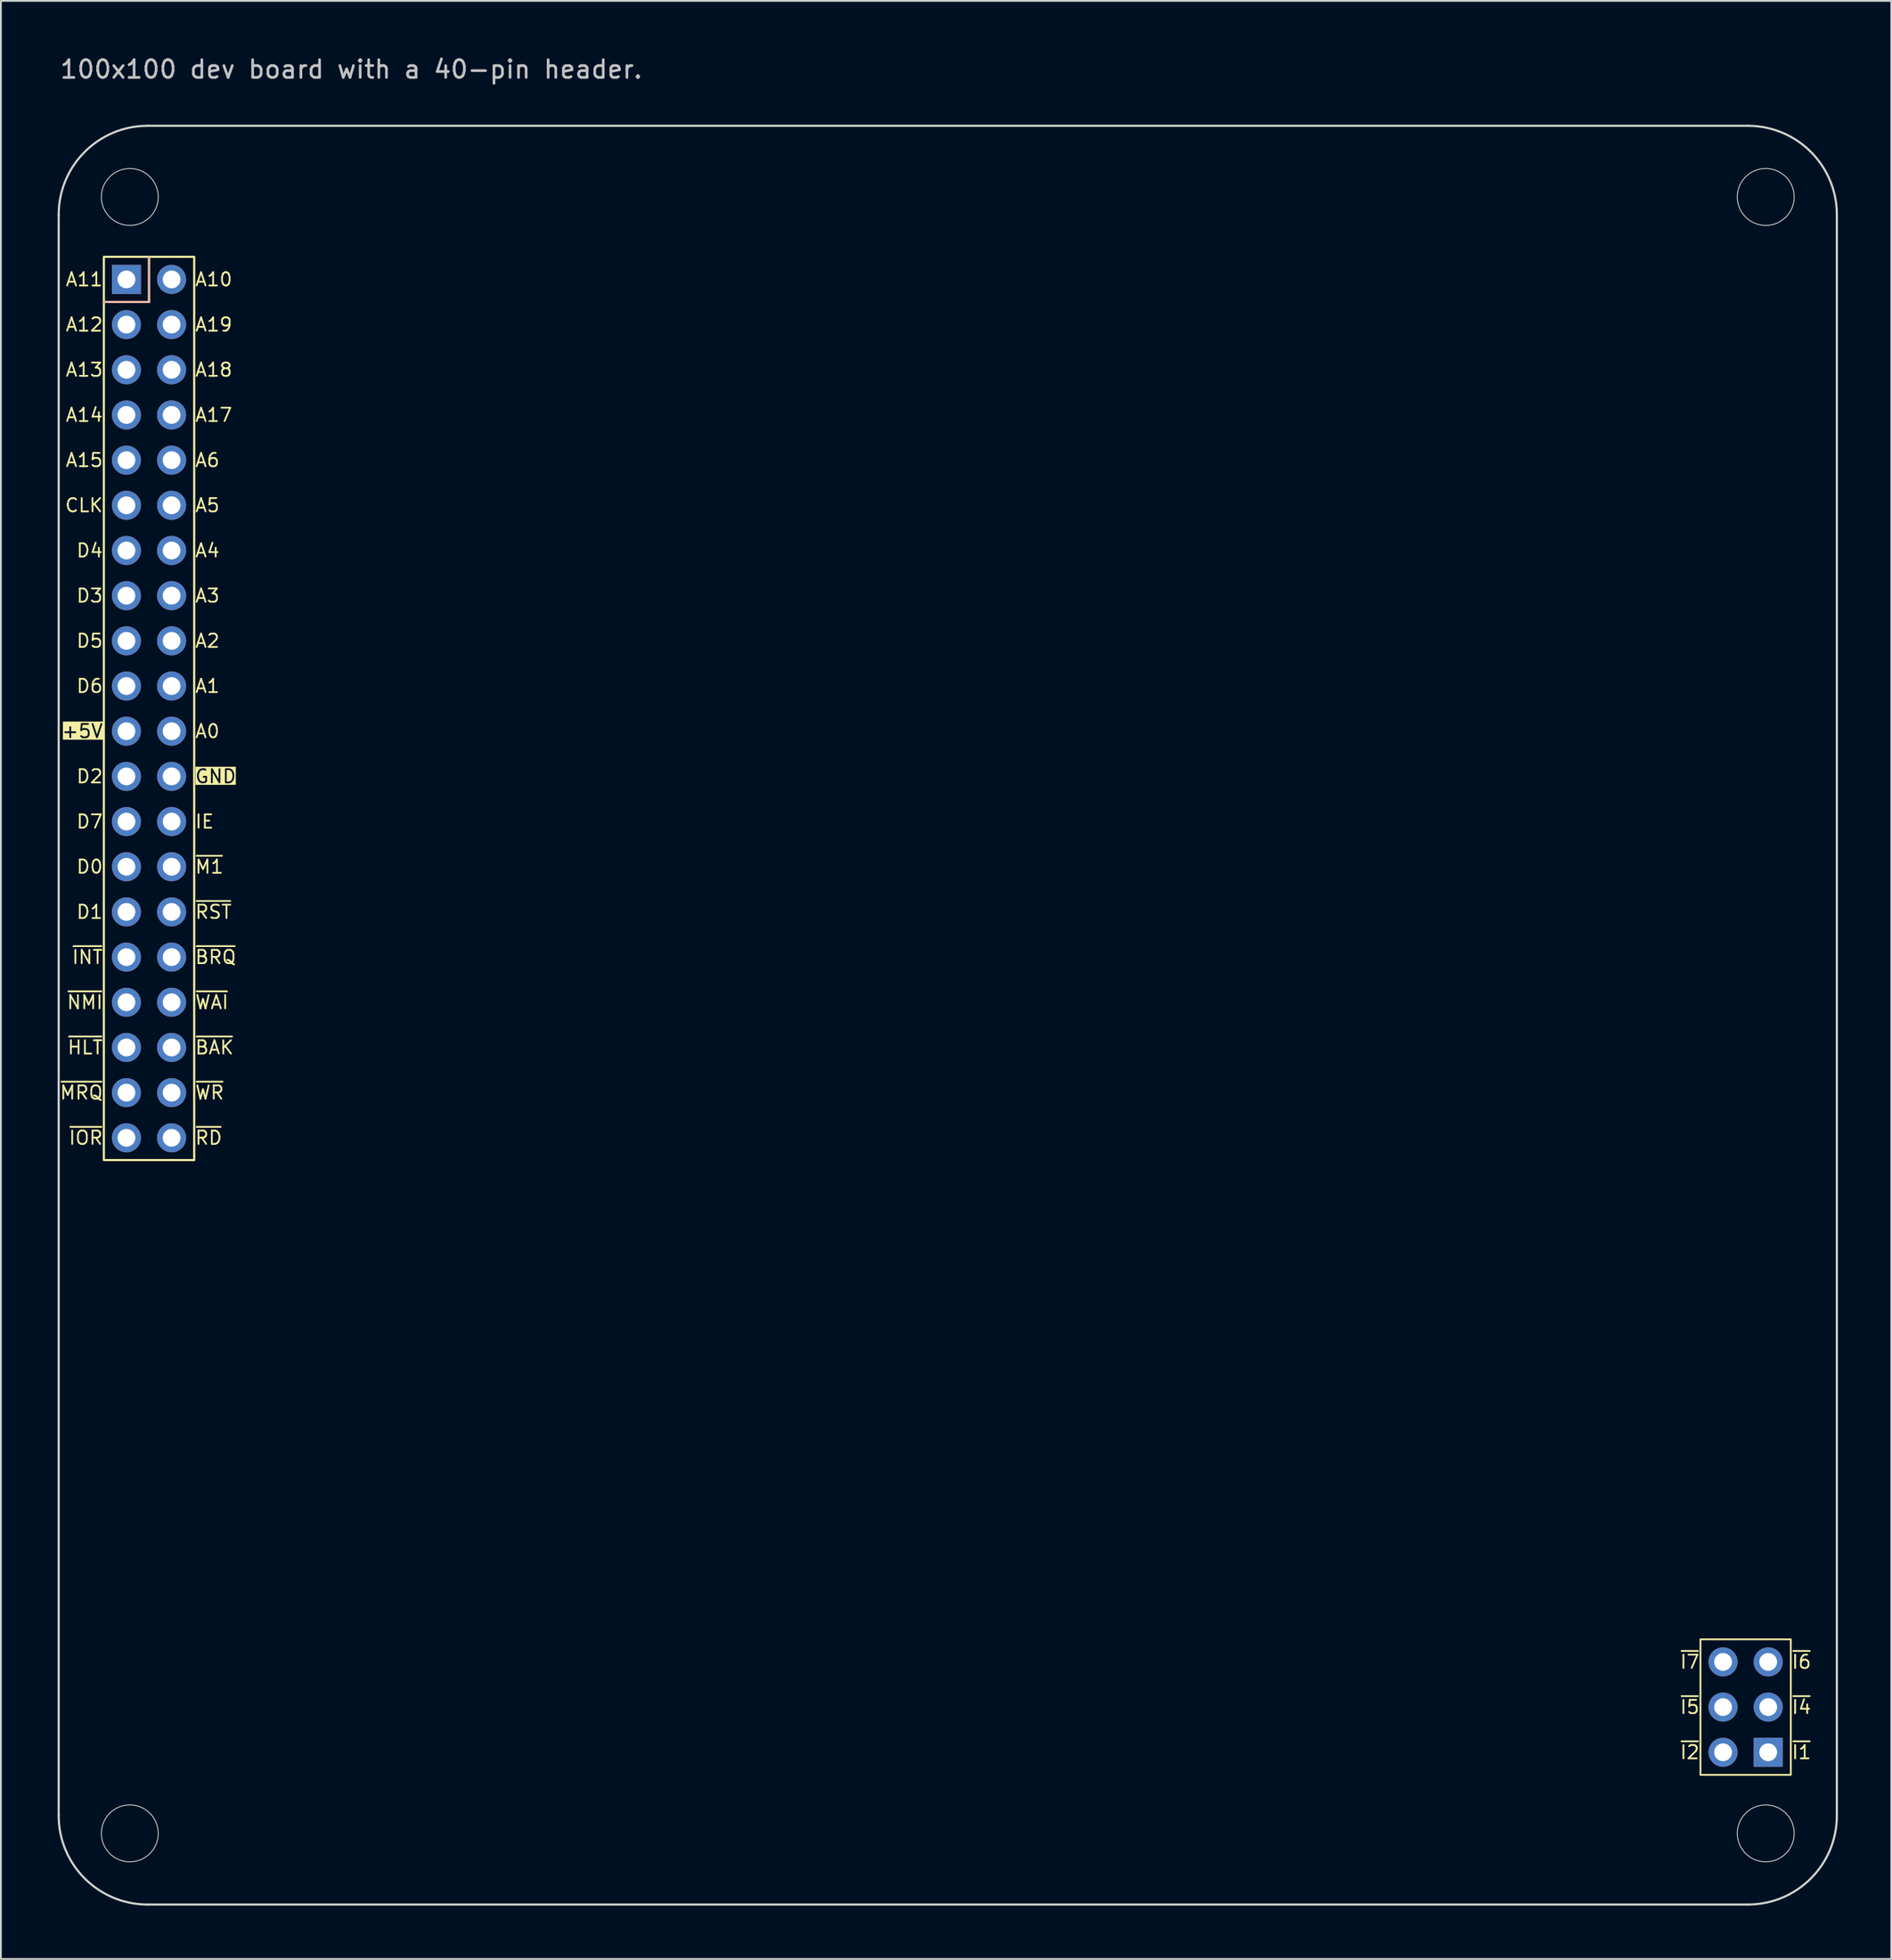
<source format=kicad_pcb>
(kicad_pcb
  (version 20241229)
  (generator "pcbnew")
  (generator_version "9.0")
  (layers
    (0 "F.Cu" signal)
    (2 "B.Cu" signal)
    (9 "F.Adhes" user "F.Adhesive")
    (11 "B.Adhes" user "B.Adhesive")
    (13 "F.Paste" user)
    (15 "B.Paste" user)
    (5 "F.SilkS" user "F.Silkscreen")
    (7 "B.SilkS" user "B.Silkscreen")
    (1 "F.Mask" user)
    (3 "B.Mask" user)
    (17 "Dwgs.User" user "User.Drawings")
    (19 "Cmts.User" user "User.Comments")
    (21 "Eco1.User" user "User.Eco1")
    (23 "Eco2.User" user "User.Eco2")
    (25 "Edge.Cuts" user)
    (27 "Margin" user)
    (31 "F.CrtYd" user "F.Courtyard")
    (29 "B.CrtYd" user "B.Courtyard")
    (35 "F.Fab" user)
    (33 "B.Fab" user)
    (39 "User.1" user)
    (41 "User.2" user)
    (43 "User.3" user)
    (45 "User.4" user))
  (footprint "100x100 dev board with a 40-pin header."
    (layer "F.Cu")
    (at 0.25 4.023)
    (property "Reference" "100x100 dev board with a 40-pin header." (at 0 -3.175 0) (unlocked yes) (layer "Dwgs.User") (effects (font (size 1 1) (thickness 0.15)) (justify left)))
    (fp_line (start 2.54 9.906) (end 5.08 9.906) (stroke (width 0.12) (type default)) (layer "F.SilkS"))
    (fp_line (start 5.08 9.906) (end 5.08 7.366) (stroke (width 0.12) (type default)) (layer "F.SilkS"))
    (fp_rect (start 2.54 7.366) (end 7.62 58.146) (stroke (width 0.12) (type default)) (fill no) (layer "F.SilkS"))
    (fp_rect (start 92.329 92.71) (end 97.409 85.09) (stroke (width 0.1) (type default)) (fill no) (layer "F.SilkS"))
    (fp_line (start 5.08 7.366) (end 5.08 9.906) (stroke (width 0.12) (type default)) (layer "B.SilkS"))
    (fp_line (start 5.08 9.906) (end 2.54 9.906) (stroke (width 0.12) (type default)) (layer "B.SilkS"))
    (fp_line (start 0 5) (end 0 95) (stroke (width 0.12) (type default)) (layer "Edge.Cuts"))
    (fp_line (start 5 100) (end 95 100) (stroke (width 0.12) (type default)) (layer "Edge.Cuts"))
    (fp_line (start 95 0) (end 5 0) (stroke (width 0.12) (type default)) (layer "Edge.Cuts"))
    (fp_line (start 100 95) (end 100 5) (stroke (width 0.12) (type default)) (layer "Edge.Cuts"))
    (fp_arc (start 0 5) (mid 1.464466 1.464466) (end 5 0) (stroke (width 0.12) (type default)) (layer "Edge.Cuts"))
    (fp_arc (start 5 100) (mid 1.464466 98.535534) (end 0 95) (stroke (width 0.12) (type default)) (layer "Edge.Cuts"))
    (fp_arc (start 95 0) (mid 98.535534 1.464466) (end 100 5) (stroke (width 0.12) (type default)) (layer "Edge.Cuts"))
    (fp_arc (start 100 95) (mid 98.535534 98.535534) (end 95 100) (stroke (width 0.12) (type default)) (layer "Edge.Cuts"))
    (fp_circle (center 4 4) (end 5.6 4) (stroke (width 0.05) (type default)) (fill no) (layer "Edge.Cuts"))
    (fp_circle (center 4 96) (end 5.6 96) (stroke (width 0.05) (type default)) (fill no) (layer "Edge.Cuts"))
    (fp_circle (center 96 4) (end 97.6 4) (stroke (width 0.05) (type default)) (fill no) (layer "Edge.Cuts"))
    (fp_circle (center 96 96) (end 97.6 96) (stroke (width 0.05) (type default)) (fill no) (layer "Edge.Cuts"))
    (fp_text user "A4" (at 7.62 23.876 0) (unlocked yes) (layer "F.SilkS") (effects (font (size 0.75 0.75) (thickness 0.1)) (justify left)))
    (fp_text user "D4" (at 2.54 23.876 0) (unlocked yes) (layer "F.SilkS") (effects (font (size 0.75 0.75) (thickness 0.1)) (justify right)))
    (fp_text user "A3" (at 7.62 26.416 0) (unlocked yes) (layer "F.SilkS") (effects (font (size 0.75 0.75) (thickness 0.1)) (justify left)))
    (fp_text user "A14" (at 2.54 16.256 0) (unlocked yes) (layer "F.SilkS") (effects (font (size 0.75 0.75) (thickness 0.1)) (justify right)))
    (fp_text user "GND" (at 7.62 36.576 0) (unlocked yes) (layer "F.SilkS" knockout) (effects (font (size 0.75 0.75) (thickness 0.1)) (justify left)))
    (fp_text user "A19" (at 7.62 11.176 0) (unlocked yes) (layer "F.SilkS") (effects (font (size 0.75 0.75) (thickness 0.1)) (justify left)))
    (fp_text user "~{MRQ}" (at 2.54 54.356 0) (unlocked yes) (layer "F.SilkS") (effects (font (size 0.75 0.75) (thickness 0.1)) (justify right)))
    (fp_text user "A12" (at 2.54 11.176 0) (unlocked yes) (layer "F.SilkS") (effects (font (size 0.75 0.75) (thickness 0.1)) (justify right)))
    (fp_text user "A17" (at 7.62 16.256 0) (unlocked yes) (layer "F.SilkS") (effects (font (size 0.75 0.75) (thickness 0.1)) (justify left)))
    (fp_text user "+5V" (at 2.54 34.036 0) (unlocked yes) (layer "F.SilkS" knockout) (effects (font (size 0.75 0.75) (thickness 0.1)) (justify right)))
    (fp_text user "A11" (at 2.54 8.636 0) (unlocked yes) (layer "F.SilkS") (effects (font (size 0.75 0.75) (thickness 0.1)) (justify right)))
    (fp_text user "~{M1}" (at 7.62 41.656 0) (unlocked yes) (layer "F.SilkS") (effects (font (size 0.75 0.75) (thickness 0.1)) (justify left)))
    (fp_text user "~{WAI}" (at 7.62 49.276 0) (unlocked yes) (layer "F.SilkS") (effects (font (size 0.75 0.75) (thickness 0.1)) (justify left)))
    (fp_text user "~{I2}" (at 92.329 91.44 0) (unlocked yes) (layer "F.SilkS") (effects (font (size 0.75 0.75) (thickness 0.1)) (justify right)))
    (fp_text user "D2" (at 2.54 36.576 0) (unlocked yes) (layer "F.SilkS") (effects (font (size 0.75 0.75) (thickness 0.1)) (justify right)))
    (fp_text user "~{I4}" (at 97.409 88.9 0) (unlocked yes) (layer "F.SilkS") (effects (font (size 0.75 0.75) (thickness 0.1)) (justify left)))
    (fp_text user "IE" (at 7.62 39.116 0) (unlocked yes) (layer "F.SilkS") (effects (font (size 0.75 0.75) (thickness 0.1)) (justify left)))
    (fp_text user "A13" (at 2.54 13.716 0) (unlocked yes) (layer "F.SilkS") (effects (font (size 0.75 0.75) (thickness 0.1)) (justify right)))
    (fp_text user "A18" (at 7.62 13.716 0) (unlocked yes) (layer "F.SilkS") (effects (font (size 0.75 0.75) (thickness 0.1)) (justify left)))
    (fp_text user "~{HLT}" (at 2.54 51.816 0) (unlocked yes) (layer "F.SilkS") (effects (font (size 0.75 0.75) (thickness 0.1)) (justify right)))
    (fp_text user "~{IOR}" (at 2.54 56.896 0) (unlocked yes) (layer "F.SilkS") (effects (font (size 0.75 0.75) (thickness 0.1)) (justify right)))
    (fp_text user "D6" (at 2.54 31.496 0) (unlocked yes) (layer "F.SilkS") (effects (font (size 0.75 0.75) (thickness 0.1)) (justify right)))
    (fp_text user "A1" (at 7.62 31.496 0) (unlocked yes) (layer "F.SilkS") (effects (font (size 0.75 0.75) (thickness 0.1)) (justify left)))
    (fp_text user "~{RST}" (at 7.62 44.196 0) (unlocked yes) (layer "F.SilkS") (effects (font (size 0.75 0.75) (thickness 0.1)) (justify left)))
    (fp_text user "A5" (at 7.62 21.336 0) (unlocked yes) (layer "F.SilkS") (effects (font (size 0.75 0.75) (thickness 0.1)) (justify left)))
    (fp_text user "~{RD}" (at 7.62 56.896 0) (unlocked yes) (layer "F.SilkS") (effects (font (size 0.75 0.75) (thickness 0.1)) (justify left)))
    (fp_text user "~{INT}" (at 2.54 46.736 0) (unlocked yes) (layer "F.SilkS") (effects (font (size 0.75 0.75) (thickness 0.1)) (justify right)))
    (fp_text user "~{BRQ}" (at 7.62 46.736 0) (unlocked yes) (layer "F.SilkS") (effects (font (size 0.75 0.75) (thickness 0.1)) (justify left)))
    (fp_text user "~{I7}" (at 92.329 86.36 0) (unlocked yes) (layer "F.SilkS") (effects (font (size 0.75 0.75) (thickness 0.1)) (justify right)))
    (fp_text user "D7" (at 2.54 39.116 0) (unlocked yes) (layer "F.SilkS") (effects (font (size 0.75 0.75) (thickness 0.1)) (justify right)))
    (fp_text user "A10" (at 7.62 8.636 0) (unlocked yes) (layer "F.SilkS") (effects (font (size 0.75 0.75) (thickness 0.1)) (justify left)))
    (fp_text user "CLK" (at 2.54 21.336 0) (unlocked yes) (layer "F.SilkS") (effects (font (size 0.75 0.75) (thickness 0.1)) (justify right)))
    (fp_text user "D0" (at 2.54 41.656 0) (unlocked yes) (layer "F.SilkS") (effects (font (size 0.75 0.75) (thickness 0.1)) (justify right)))
    (fp_text user "~{NMI}" (at 2.54 49.276 0) (unlocked yes) (layer "F.SilkS") (effects (font (size 0.75 0.75) (thickness 0.1)) (justify right)))
    (fp_text user "D3" (at 2.54 26.416 0) (unlocked yes) (layer "F.SilkS") (effects (font (size 0.75 0.75) (thickness 0.1)) (justify right)))
    (fp_text user "D1" (at 2.54 44.196 0) (unlocked yes) (layer "F.SilkS") (effects (font (size 0.75 0.75) (thickness 0.1)) (justify right)))
    (fp_text user "A2" (at 7.62 28.956 0) (unlocked yes) (layer "F.SilkS") (effects (font (size 0.75 0.75) (thickness 0.1)) (justify left)))
    (fp_text user "A0" (at 7.62 34.036 0) (unlocked yes) (layer "F.SilkS") (effects (font (size 0.75 0.75) (thickness 0.1)) (justify left)))
    (fp_text user "~{I6}" (at 97.409 86.36 0) (unlocked yes) (layer "F.SilkS") (effects (font (size 0.75 0.75) (thickness 0.1)) (justify left)))
    (fp_text user "~{I5}" (at 92.329 88.9 0) (unlocked yes) (layer "F.SilkS") (effects (font (size 0.75 0.75) (thickness 0.1)) (justify right)))
    (fp_text user "~{WR}" (at 7.62 54.356 0) (unlocked yes) (layer "F.SilkS") (effects (font (size 0.75 0.75) (thickness 0.1)) (justify left)))
    (fp_text user "~{BAK}" (at 7.62 51.816 0) (unlocked yes) (layer "F.SilkS") (effects (font (size 0.75 0.75) (thickness 0.1)) (justify left)))
    (fp_text user "A15" (at 2.54 18.796 0) (unlocked yes) (layer "F.SilkS") (effects (font (size 0.75 0.75) (thickness 0.1)) (justify right)))
    (fp_text user "D5" (at 2.54 28.956 0) (unlocked yes) (layer "F.SilkS") (effects (font (size 0.75 0.75) (thickness 0.1)) (justify right)))
    (fp_text user "~{I1}" (at 97.409 91.44 0) (unlocked yes) (layer "F.SilkS") (effects (font (size 0.75 0.75) (thickness 0.1)) (justify left)))
    (fp_text user "A6" (at 7.62 18.796 0) (unlocked yes) (layer "F.SilkS") (effects (font (size 0.75 0.75) (thickness 0.1)) (justify left)))
    (pad "1" thru_hole rect (at 3.81 8.636) (size 1.635 1.635) (drill 1) (layers "*.Cu" "*.Mask"))
    (pad "2" thru_hole circle (at 6.35 8.636) (size 1.635 1.635) (drill 1) (layers "*.Cu" "*.Mask"))
    (pad "3" thru_hole circle (at 3.81 11.176) (size 1.635 1.635) (drill 1) (layers "*.Cu" "*.Mask"))
    (pad "4" thru_hole circle (at 6.35 11.176) (size 1.635 1.635) (drill 1) (layers "*.Cu" "*.Mask"))
    (pad "5" thru_hole circle (at 3.81 13.716) (size 1.635 1.635) (drill 1) (layers "*.Cu" "*.Mask"))
    (pad "6" thru_hole circle (at 6.35 13.716) (size 1.635 1.635) (drill 1) (layers "*.Cu" "*.Mask"))
    (pad "7" thru_hole circle (at 3.81 16.256) (size 1.635 1.635) (drill 1) (layers "*.Cu" "*.Mask"))
    (pad "8" thru_hole circle (at 6.35 16.256) (size 1.635 1.635) (drill 1) (layers "*.Cu" "*.Mask"))
    (pad "9" thru_hole circle (at 3.81 18.796) (size 1.635 1.635) (drill 1) (layers "*.Cu" "*.Mask"))
    (pad "10" thru_hole circle (at 6.35 18.796) (size 1.635 1.635) (drill 1) (layers "*.Cu" "*.Mask"))
    (pad "11" thru_hole circle (at 3.81 21.336) (size 1.635 1.635) (drill 1) (layers "*.Cu" "*.Mask"))
    (pad "12" thru_hole circle (at 6.35 21.336) (size 1.635 1.635) (drill 1) (layers "*.Cu" "*.Mask"))
    (pad "13" thru_hole circle (at 3.81 23.876) (size 1.635 1.635) (drill 1) (layers "*.Cu" "*.Mask"))
    (pad "14" thru_hole circle (at 6.35 23.876) (size 1.635 1.635) (drill 1) (layers "*.Cu" "*.Mask"))
    (pad "15" thru_hole circle (at 3.81 26.416) (size 1.635 1.635) (drill 1) (layers "*.Cu" "*.Mask"))
    (pad "16" thru_hole circle (at 6.35 26.416) (size 1.635 1.635) (drill 1) (layers "*.Cu" "*.Mask"))
    (pad "17" thru_hole circle (at 3.81 28.956) (size 1.635 1.635) (drill 1) (layers "*.Cu" "*.Mask"))
    (pad "18" thru_hole circle (at 6.35 28.956) (size 1.635 1.635) (drill 1) (layers "*.Cu" "*.Mask"))
    (pad "19" thru_hole circle (at 3.81 31.496) (size 1.635 1.635) (drill 1) (layers "*.Cu" "*.Mask"))
    (pad "20" thru_hole circle (at 6.35 31.496) (size 1.635 1.635) (drill 1) (layers "*.Cu" "*.Mask"))
    (pad "21" thru_hole circle (at 3.81 34.036) (size 1.635 1.635) (drill 1) (layers "*.Cu" "*.Mask"))
    (pad "22" thru_hole circle (at 6.35 34.036) (size 1.635 1.635) (drill 1) (layers "*.Cu" "*.Mask"))
    (pad "23" thru_hole circle (at 3.81 36.576) (size 1.635 1.635) (drill 1) (layers "*.Cu" "*.Mask"))
    (pad "24" thru_hole circle (at 6.35 36.576) (size 1.635 1.635) (drill 1) (layers "*.Cu" "*.Mask"))
    (pad "25" thru_hole circle (at 3.81 39.116) (size 1.635 1.635) (drill 1) (layers "*.Cu" "*.Mask"))
    (pad "26" thru_hole circle (at 6.35 39.116) (size 1.635 1.635) (drill 1) (layers "*.Cu" "*.Mask"))
    (pad "27" thru_hole circle (at 3.81 41.656) (size 1.635 1.635) (drill 1) (layers "*.Cu" "*.Mask"))
    (pad "28" thru_hole circle (at 6.35 41.656) (size 1.635 1.635) (drill 1) (layers "*.Cu" "*.Mask"))
    (pad "29" thru_hole circle (at 3.81 44.196) (size 1.635 1.635) (drill 1) (layers "*.Cu" "*.Mask"))
    (pad "30" thru_hole circle (at 6.35 44.196) (size 1.635 1.635) (drill 1) (layers "*.Cu" "*.Mask"))
    (pad "31" thru_hole circle (at 3.81 46.736) (size 1.635 1.635) (drill 1) (layers "*.Cu" "*.Mask"))
    (pad "32" thru_hole circle (at 6.35 46.736) (size 1.635 1.635) (drill 1) (layers "*.Cu" "*.Mask"))
    (pad "33" thru_hole circle (at 3.81 49.276) (size 1.635 1.635) (drill 1) (layers "*.Cu" "*.Mask"))
    (pad "34" thru_hole circle (at 6.35 49.276) (size 1.635 1.635) (drill 1) (layers "*.Cu" "*.Mask"))
    (pad "35" thru_hole circle (at 3.81 51.816) (size 1.635 1.635) (drill 1) (layers "*.Cu" "*.Mask"))
    (pad "36" thru_hole circle (at 6.35 51.816) (size 1.635 1.635) (drill 1) (layers "*.Cu" "*.Mask"))
    (pad "37" thru_hole circle (at 3.81 54.356) (size 1.635 1.635) (drill 1) (layers "*.Cu" "*.Mask"))
    (pad "38" thru_hole circle (at 6.35 54.356) (size 1.635 1.635) (drill 1) (layers "*.Cu" "*.Mask"))
    (pad "39" thru_hole circle (at 3.81 56.896) (size 1.635 1.635) (drill 1) (layers "*.Cu" "*.Mask"))
    (pad "40" thru_hole circle (at 6.35 56.896) (size 1.635 1.635) (drill 1) (layers "*.Cu" "*.Mask"))
    (pad "41" thru_hole rect (at 96.139 91.44) (size 1.635 1.635) (drill 1) (layers "*.Cu" "*.Mask"))
    (pad "42" thru_hole circle (at 93.599 91.44) (size 1.635 1.635) (drill 1) (layers "*.Cu" "*.Mask"))
    (pad "43" thru_hole circle (at 96.139 88.9) (size 1.635 1.635) (drill 1) (layers "*.Cu" "*.Mask"))
    (pad "44" thru_hole circle (at 93.599 88.9) (size 1.635 1.635) (drill 1) (layers "*.Cu" "*.Mask"))
    (pad "45" thru_hole circle (at 96.139 86.36) (size 1.635 1.635) (drill 1) (layers "*.Cu" "*.Mask"))
    (pad "46" thru_hole circle (at 93.599 86.36) (size 1.635 1.635) (drill 1) (layers "*.Cu" "*.Mask")))
  (gr_rect
    (start -3 -3)
    (end 103.31 107.083)
    (stroke (width 0.1) (type default))
    (fill no)
    (layer "Edge.Cuts")))
</source>
